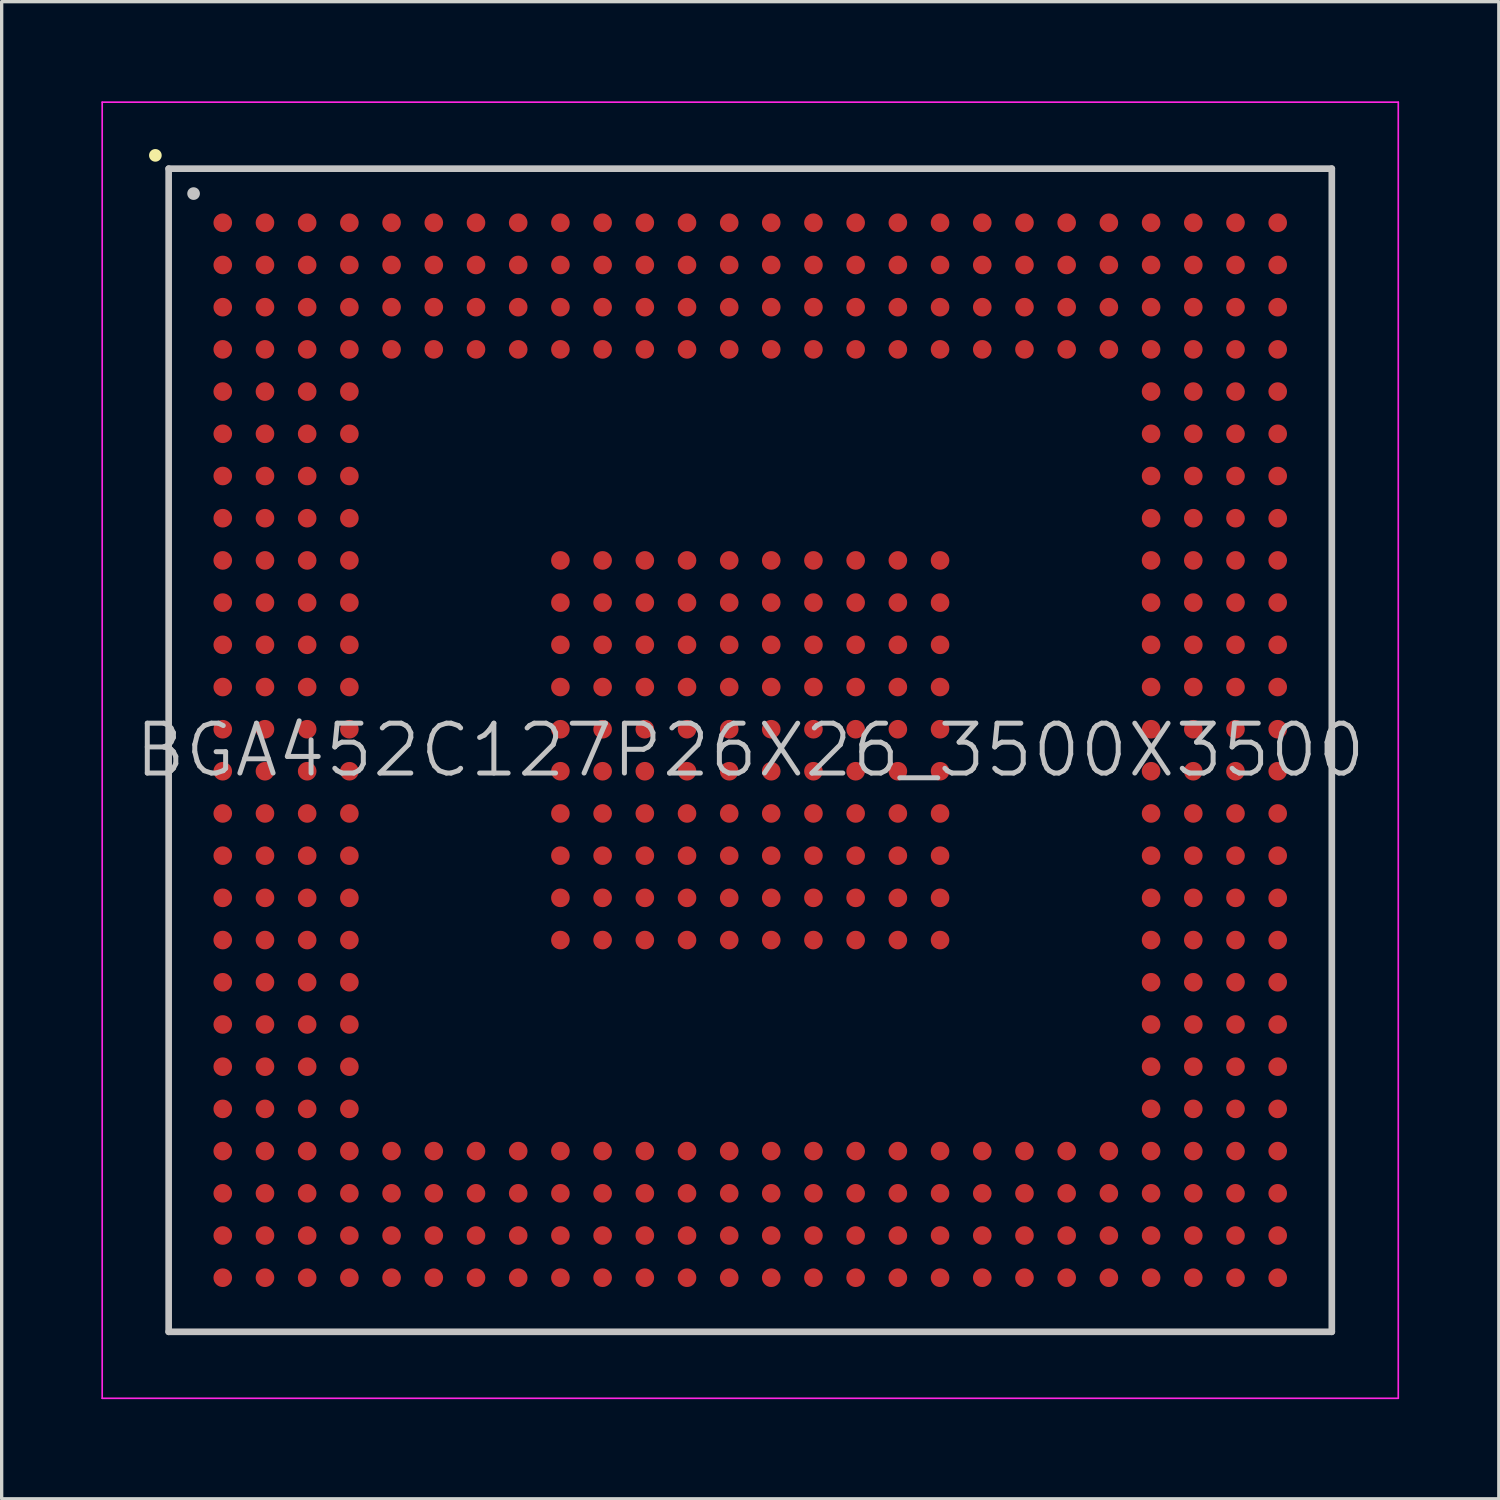
<source format=kicad_pcb>
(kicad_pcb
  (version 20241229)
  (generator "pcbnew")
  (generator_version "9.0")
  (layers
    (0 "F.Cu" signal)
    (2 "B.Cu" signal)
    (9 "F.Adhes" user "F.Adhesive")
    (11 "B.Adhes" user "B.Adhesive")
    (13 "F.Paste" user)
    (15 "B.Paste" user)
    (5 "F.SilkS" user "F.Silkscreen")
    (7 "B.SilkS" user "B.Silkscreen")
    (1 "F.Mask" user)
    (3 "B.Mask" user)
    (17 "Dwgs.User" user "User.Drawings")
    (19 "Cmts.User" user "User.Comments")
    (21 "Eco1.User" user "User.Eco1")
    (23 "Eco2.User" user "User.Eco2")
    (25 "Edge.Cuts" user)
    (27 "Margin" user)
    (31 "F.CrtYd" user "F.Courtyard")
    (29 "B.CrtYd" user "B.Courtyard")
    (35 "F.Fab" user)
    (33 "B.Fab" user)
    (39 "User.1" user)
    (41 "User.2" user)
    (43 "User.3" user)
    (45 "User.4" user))
  (footprint "BGA452C127P26X26_3500X3500"
    (layer "F.Cu")
    (at 19.525 19.525)
    (property "Reference" "BGA452C127P26X26_3500X3500" (at 0 0 0) (layer "Dwgs.User") (effects (font (size 1.5 1.5) (thickness 0.15))))
    (attr smd)
    (fp_line (start -17.9 -17.9) (end -17.9 -17.9) (stroke (width 0.381) (type solid)) (layer "F.SilkS"))
    (fp_line (start -17.5 -17.5) (end -17.5 17.5) (stroke (width 0.2) (type solid)) (layer "Dwgs.User"))
    (fp_line (start -17.5 -17.5) (end 17.5 -17.5) (stroke (width 0.2) (type solid)) (layer "Dwgs.User"))
    (fp_line (start -17.5 17.5) (end 17.5 17.5) (stroke (width 0.2) (type solid)) (layer "Dwgs.User"))
    (fp_line (start -16.75 -16.75) (end -16.75 -16.75) (stroke (width 0.381) (type solid)) (layer "Dwgs.User"))
    (fp_line (start 17.5 -17.5) (end 17.5 17.5) (stroke (width 0.2) (type solid)) (layer "Dwgs.User"))
    (fp_line (start -19.5 -19.5) (end -19.5 19.5) (stroke (width 0.05) (type solid)) (layer "F.CrtYd"))
    (fp_line (start -19.5 -19.5) (end 19.5 -19.5) (stroke (width 0.05) (type solid)) (layer "F.CrtYd"))
    (fp_line (start -19.5 19.5) (end 19.5 19.5) (stroke (width 0.05) (type solid)) (layer "F.CrtYd"))
    (fp_line (start 19.5 -19.5) (end 19.5 19.5) (stroke (width 0.05) (type solid)) (layer "F.CrtYd"))
    (pad "A1" smd circle (at -15.872 -15.872 270) (size 0.56 0.56) (layers "F.Cu" "F.Mask" "F.Paste"))
    (pad "A2" smd circle (at -14.602 -15.872 270) (size 0.56 0.56) (layers "F.Cu" "F.Mask" "F.Paste"))
    (pad "A3" smd circle (at -13.332 -15.872 270) (size 0.56 0.56) (layers "F.Cu" "F.Mask" "F.Paste"))
    (pad "A4" smd circle (at -12.062 -15.872 270) (size 0.56 0.56) (layers "F.Cu" "F.Mask" "F.Paste"))
    (pad "A5" smd circle (at -10.792 -15.872 270) (size 0.56 0.56) (layers "F.Cu" "F.Mask" "F.Paste"))
    (pad "A6" smd circle (at -9.522 -15.872 270) (size 0.56 0.56) (layers "F.Cu" "F.Mask" "F.Paste"))
    (pad "A7" smd circle (at -8.252 -15.872 270) (size 0.56 0.56) (layers "F.Cu" "F.Mask" "F.Paste"))
    (pad "A8" smd circle (at -6.982 -15.872 270) (size 0.56 0.56) (layers "F.Cu" "F.Mask" "F.Paste"))
    (pad "A9" smd circle (at -5.712 -15.872 270) (size 0.56 0.56) (layers "F.Cu" "F.Mask" "F.Paste"))
    (pad "A10" smd circle (at -4.442 -15.872 270) (size 0.56 0.56) (layers "F.Cu" "F.Mask" "F.Paste"))
    (pad "A11" smd circle (at -3.172 -15.872 270) (size 0.56 0.56) (layers "F.Cu" "F.Mask" "F.Paste"))
    (pad "A12" smd circle (at -1.902 -15.872 270) (size 0.56 0.56) (layers "F.Cu" "F.Mask" "F.Paste"))
    (pad "A13" smd circle (at -0.632 -15.872 270) (size 0.56 0.56) (layers "F.Cu" "F.Mask" "F.Paste"))
    (pad "A14" smd circle (at 0.632 -15.872 270) (size 0.56 0.56) (layers "F.Cu" "F.Mask" "F.Paste"))
    (pad "A15" smd circle (at 1.902 -15.872 270) (size 0.56 0.56) (layers "F.Cu" "F.Mask" "F.Paste"))
    (pad "A16" smd circle (at 3.172 -15.872 270) (size 0.56 0.56) (layers "F.Cu" "F.Mask" "F.Paste"))
    (pad "A17" smd circle (at 4.442 -15.872 270) (size 0.56 0.56) (layers "F.Cu" "F.Mask" "F.Paste"))
    (pad "A18" smd circle (at 5.712 -15.872 270) (size 0.56 0.56) (layers "F.Cu" "F.Mask" "F.Paste"))
    (pad "A19" smd circle (at 6.982 -15.872 270) (size 0.56 0.56) (layers "F.Cu" "F.Mask" "F.Paste"))
    (pad "A20" smd circle (at 8.252 -15.872 270) (size 0.56 0.56) (layers "F.Cu" "F.Mask" "F.Paste"))
    (pad "A21" smd circle (at 9.522 -15.872 270) (size 0.56 0.56) (layers "F.Cu" "F.Mask" "F.Paste"))
    (pad "A22" smd circle (at 10.792 -15.872 270) (size 0.56 0.56) (layers "F.Cu" "F.Mask" "F.Paste"))
    (pad "A23" smd circle (at 12.062 -15.872 270) (size 0.56 0.56) (layers "F.Cu" "F.Mask" "F.Paste"))
    (pad "A24" smd circle (at 13.332 -15.872 270) (size 0.56 0.56) (layers "F.Cu" "F.Mask" "F.Paste"))
    (pad "A25" smd circle (at 14.602 -15.872 270) (size 0.56 0.56) (layers "F.Cu" "F.Mask" "F.Paste"))
    (pad "A26" smd circle (at 15.872 -15.872 270) (size 0.56 0.56) (layers "F.Cu" "F.Mask" "F.Paste"))
    (pad "AA1" smd circle (at -15.872 9.522 270) (size 0.56 0.56) (layers "F.Cu" "F.Mask" "F.Paste"))
    (pad "AA2" smd circle (at -14.602 9.522 270) (size 0.56 0.56) (layers "F.Cu" "F.Mask" "F.Paste"))
    (pad "AA3" smd circle (at -13.332 9.522 270) (size 0.56 0.56) (layers "F.Cu" "F.Mask" "F.Paste"))
    (pad "AA4" smd circle (at -12.062 9.522 270) (size 0.56 0.56) (layers "F.Cu" "F.Mask" "F.Paste"))
    (pad "AA23" smd circle (at 12.062 9.522 270) (size 0.56 0.56) (layers "F.Cu" "F.Mask" "F.Paste"))
    (pad "AA24" smd circle (at 13.332 9.522 270) (size 0.56 0.56) (layers "F.Cu" "F.Mask" "F.Paste"))
    (pad "AA25" smd circle (at 14.602 9.522 270) (size 0.56 0.56) (layers "F.Cu" "F.Mask" "F.Paste"))
    (pad "AA26" smd circle (at 15.872 9.522 270) (size 0.56 0.56) (layers "F.Cu" "F.Mask" "F.Paste"))
    (pad "AB1" smd circle (at -15.872 10.792 270) (size 0.56 0.56) (layers "F.Cu" "F.Mask" "F.Paste"))
    (pad "AB2" smd circle (at -14.602 10.792 270) (size 0.56 0.56) (layers "F.Cu" "F.Mask" "F.Paste"))
    (pad "AB3" smd circle (at -13.332 10.792 270) (size 0.56 0.56) (layers "F.Cu" "F.Mask" "F.Paste"))
    (pad "AB4" smd circle (at -12.062 10.792 270) (size 0.56 0.56) (layers "F.Cu" "F.Mask" "F.Paste"))
    (pad "AB23" smd circle (at 12.062 10.792 270) (size 0.56 0.56) (layers "F.Cu" "F.Mask" "F.Paste"))
    (pad "AB24" smd circle (at 13.332 10.792 270) (size 0.56 0.56) (layers "F.Cu" "F.Mask" "F.Paste"))
    (pad "AB25" smd circle (at 14.602 10.792 270) (size 0.56 0.56) (layers "F.Cu" "F.Mask" "F.Paste"))
    (pad "AB26" smd circle (at 15.872 10.792 270) (size 0.56 0.56) (layers "F.Cu" "F.Mask" "F.Paste"))
    (pad "AC1" smd circle (at -15.872 12.062 270) (size 0.56 0.56) (layers "F.Cu" "F.Mask" "F.Paste"))
    (pad "AC2" smd circle (at -14.602 12.062 270) (size 0.56 0.56) (layers "F.Cu" "F.Mask" "F.Paste"))
    (pad "AC3" smd circle (at -13.332 12.062 270) (size 0.56 0.56) (layers "F.Cu" "F.Mask" "F.Paste"))
    (pad "AC4" smd circle (at -12.062 12.062 270) (size 0.56 0.56) (layers "F.Cu" "F.Mask" "F.Paste"))
    (pad "AC5" smd circle (at -10.792 12.062 270) (size 0.56 0.56) (layers "F.Cu" "F.Mask" "F.Paste"))
    (pad "AC6" smd circle (at -9.522 12.062 270) (size 0.56 0.56) (layers "F.Cu" "F.Mask" "F.Paste"))
    (pad "AC7" smd circle (at -8.252 12.062 270) (size 0.56 0.56) (layers "F.Cu" "F.Mask" "F.Paste"))
    (pad "AC8" smd circle (at -6.982 12.062 270) (size 0.56 0.56) (layers "F.Cu" "F.Mask" "F.Paste"))
    (pad "AC9" smd circle (at -5.712 12.062 270) (size 0.56 0.56) (layers "F.Cu" "F.Mask" "F.Paste"))
    (pad "AC10" smd circle (at -4.442 12.062 270) (size 0.56 0.56) (layers "F.Cu" "F.Mask" "F.Paste"))
    (pad "AC11" smd circle (at -3.172 12.062 270) (size 0.56 0.56) (layers "F.Cu" "F.Mask" "F.Paste"))
    (pad "AC12" smd circle (at -1.902 12.062 270) (size 0.56 0.56) (layers "F.Cu" "F.Mask" "F.Paste"))
    (pad "AC13" smd circle (at -0.632 12.062 270) (size 0.56 0.56) (layers "F.Cu" "F.Mask" "F.Paste"))
    (pad "AC14" smd circle (at 0.632 12.062 270) (size 0.56 0.56) (layers "F.Cu" "F.Mask" "F.Paste"))
    (pad "AC15" smd circle (at 1.902 12.062 270) (size 0.56 0.56) (layers "F.Cu" "F.Mask" "F.Paste"))
    (pad "AC16" smd circle (at 3.172 12.062 270) (size 0.56 0.56) (layers "F.Cu" "F.Mask" "F.Paste"))
    (pad "AC17" smd circle (at 4.442 12.062 270) (size 0.56 0.56) (layers "F.Cu" "F.Mask" "F.Paste"))
    (pad "AC18" smd circle (at 5.712 12.062 270) (size 0.56 0.56) (layers "F.Cu" "F.Mask" "F.Paste"))
    (pad "AC19" smd circle (at 6.982 12.062 270) (size 0.56 0.56) (layers "F.Cu" "F.Mask" "F.Paste"))
    (pad "AC20" smd circle (at 8.252 12.062 270) (size 0.56 0.56) (layers "F.Cu" "F.Mask" "F.Paste"))
    (pad "AC21" smd circle (at 9.522 12.062 270) (size 0.56 0.56) (layers "F.Cu" "F.Mask" "F.Paste"))
    (pad "AC22" smd circle (at 10.792 12.062 270) (size 0.56 0.56) (layers "F.Cu" "F.Mask" "F.Paste"))
    (pad "AC23" smd circle (at 12.062 12.062 270) (size 0.56 0.56) (layers "F.Cu" "F.Mask" "F.Paste"))
    (pad "AC24" smd circle (at 13.332 12.062 270) (size 0.56 0.56) (layers "F.Cu" "F.Mask" "F.Paste"))
    (pad "AC25" smd circle (at 14.602 12.062 270) (size 0.56 0.56) (layers "F.Cu" "F.Mask" "F.Paste"))
    (pad "AC26" smd circle (at 15.872 12.062 270) (size 0.56 0.56) (layers "F.Cu" "F.Mask" "F.Paste"))
    (pad "AD1" smd circle (at -15.872 13.332 270) (size 0.56 0.56) (layers "F.Cu" "F.Mask" "F.Paste"))
    (pad "AD2" smd circle (at -14.602 13.332 270) (size 0.56 0.56) (layers "F.Cu" "F.Mask" "F.Paste"))
    (pad "AD3" smd circle (at -13.332 13.332 270) (size 0.56 0.56) (layers "F.Cu" "F.Mask" "F.Paste"))
    (pad "AD4" smd circle (at -12.062 13.332 270) (size 0.56 0.56) (layers "F.Cu" "F.Mask" "F.Paste"))
    (pad "AD5" smd circle (at -10.792 13.332 270) (size 0.56 0.56) (layers "F.Cu" "F.Mask" "F.Paste"))
    (pad "AD6" smd circle (at -9.522 13.332 270) (size 0.56 0.56) (layers "F.Cu" "F.Mask" "F.Paste"))
    (pad "AD7" smd circle (at -8.252 13.332 270) (size 0.56 0.56) (layers "F.Cu" "F.Mask" "F.Paste"))
    (pad "AD8" smd circle (at -6.982 13.332 270) (size 0.56 0.56) (layers "F.Cu" "F.Mask" "F.Paste"))
    (pad "AD9" smd circle (at -5.712 13.332 270) (size 0.56 0.56) (layers "F.Cu" "F.Mask" "F.Paste"))
    (pad "AD10" smd circle (at -4.442 13.332 270) (size 0.56 0.56) (layers "F.Cu" "F.Mask" "F.Paste"))
    (pad "AD11" smd circle (at -3.172 13.332 270) (size 0.56 0.56) (layers "F.Cu" "F.Mask" "F.Paste"))
    (pad "AD12" smd circle (at -1.902 13.332 270) (size 0.56 0.56) (layers "F.Cu" "F.Mask" "F.Paste"))
    (pad "AD13" smd circle (at -0.632 13.332 270) (size 0.56 0.56) (layers "F.Cu" "F.Mask" "F.Paste"))
    (pad "AD14" smd circle (at 0.632 13.332 270) (size 0.56 0.56) (layers "F.Cu" "F.Mask" "F.Paste"))
    (pad "AD15" smd circle (at 1.902 13.332 270) (size 0.56 0.56) (layers "F.Cu" "F.Mask" "F.Paste"))
    (pad "AD16" smd circle (at 3.172 13.332 270) (size 0.56 0.56) (layers "F.Cu" "F.Mask" "F.Paste"))
    (pad "AD17" smd circle (at 4.442 13.332 270) (size 0.56 0.56) (layers "F.Cu" "F.Mask" "F.Paste"))
    (pad "AD18" smd circle (at 5.712 13.332 270) (size 0.56 0.56) (layers "F.Cu" "F.Mask" "F.Paste"))
    (pad "AD19" smd circle (at 6.982 13.332 270) (size 0.56 0.56) (layers "F.Cu" "F.Mask" "F.Paste"))
    (pad "AD20" smd circle (at 8.252 13.332 270) (size 0.56 0.56) (layers "F.Cu" "F.Mask" "F.Paste"))
    (pad "AD21" smd circle (at 9.522 13.332 270) (size 0.56 0.56) (layers "F.Cu" "F.Mask" "F.Paste"))
    (pad "AD22" smd circle (at 10.792 13.332 270) (size 0.56 0.56) (layers "F.Cu" "F.Mask" "F.Paste"))
    (pad "AD23" smd circle (at 12.062 13.332 270) (size 0.56 0.56) (layers "F.Cu" "F.Mask" "F.Paste"))
    (pad "AD24" smd circle (at 13.332 13.332 270) (size 0.56 0.56) (layers "F.Cu" "F.Mask" "F.Paste"))
    (pad "AD25" smd circle (at 14.602 13.332 270) (size 0.56 0.56) (layers "F.Cu" "F.Mask" "F.Paste"))
    (pad "AD26" smd circle (at 15.872 13.332 270) (size 0.56 0.56) (layers "F.Cu" "F.Mask" "F.Paste"))
    (pad "AE1" smd circle (at -15.872 14.602 270) (size 0.56 0.56) (layers "F.Cu" "F.Mask" "F.Paste"))
    (pad "AE2" smd circle (at -14.602 14.602 270) (size 0.56 0.56) (layers "F.Cu" "F.Mask" "F.Paste"))
    (pad "AE3" smd circle (at -13.332 14.602 270) (size 0.56 0.56) (layers "F.Cu" "F.Mask" "F.Paste"))
    (pad "AE4" smd circle (at -12.062 14.602 270) (size 0.56 0.56) (layers "F.Cu" "F.Mask" "F.Paste"))
    (pad "AE5" smd circle (at -10.792 14.602 270) (size 0.56 0.56) (layers "F.Cu" "F.Mask" "F.Paste"))
    (pad "AE6" smd circle (at -9.522 14.602 270) (size 0.56 0.56) (layers "F.Cu" "F.Mask" "F.Paste"))
    (pad "AE7" smd circle (at -8.252 14.602 270) (size 0.56 0.56) (layers "F.Cu" "F.Mask" "F.Paste"))
    (pad "AE8" smd circle (at -6.982 14.602 270) (size 0.56 0.56) (layers "F.Cu" "F.Mask" "F.Paste"))
    (pad "AE9" smd circle (at -5.712 14.602 270) (size 0.56 0.56) (layers "F.Cu" "F.Mask" "F.Paste"))
    (pad "AE10" smd circle (at -4.442 14.602 270) (size 0.56 0.56) (layers "F.Cu" "F.Mask" "F.Paste"))
    (pad "AE11" smd circle (at -3.172 14.602 270) (size 0.56 0.56) (layers "F.Cu" "F.Mask" "F.Paste"))
    (pad "AE12" smd circle (at -1.902 14.602 270) (size 0.56 0.56) (layers "F.Cu" "F.Mask" "F.Paste"))
    (pad "AE13" smd circle (at -0.632 14.602 270) (size 0.56 0.56) (layers "F.Cu" "F.Mask" "F.Paste"))
    (pad "AE14" smd circle (at 0.632 14.602 270) (size 0.56 0.56) (layers "F.Cu" "F.Mask" "F.Paste"))
    (pad "AE15" smd circle (at 1.902 14.602 270) (size 0.56 0.56) (layers "F.Cu" "F.Mask" "F.Paste"))
    (pad "AE16" smd circle (at 3.172 14.602 270) (size 0.56 0.56) (layers "F.Cu" "F.Mask" "F.Paste"))
    (pad "AE17" smd circle (at 4.442 14.602 270) (size 0.56 0.56) (layers "F.Cu" "F.Mask" "F.Paste"))
    (pad "AE18" smd circle (at 5.712 14.602 270) (size 0.56 0.56) (layers "F.Cu" "F.Mask" "F.Paste"))
    (pad "AE19" smd circle (at 6.982 14.602 270) (size 0.56 0.56) (layers "F.Cu" "F.Mask" "F.Paste"))
    (pad "AE20" smd circle (at 8.252 14.602 270) (size 0.56 0.56) (layers "F.Cu" "F.Mask" "F.Paste"))
    (pad "AE21" smd circle (at 9.522 14.602 270) (size 0.56 0.56) (layers "F.Cu" "F.Mask" "F.Paste"))
    (pad "AE22" smd circle (at 10.792 14.602 270) (size 0.56 0.56) (layers "F.Cu" "F.Mask" "F.Paste"))
    (pad "AE23" smd circle (at 12.062 14.602 270) (size 0.56 0.56) (layers "F.Cu" "F.Mask" "F.Paste"))
    (pad "AE24" smd circle (at 13.332 14.602 270) (size 0.56 0.56) (layers "F.Cu" "F.Mask" "F.Paste"))
    (pad "AE25" smd circle (at 14.602 14.602 270) (size 0.56 0.56) (layers "F.Cu" "F.Mask" "F.Paste"))
    (pad "AE26" smd circle (at 15.872 14.602 270) (size 0.56 0.56) (layers "F.Cu" "F.Mask" "F.Paste"))
    (pad "AF1" smd circle (at -15.872 15.872 270) (size 0.56 0.56) (layers "F.Cu" "F.Mask" "F.Paste"))
    (pad "AF2" smd circle (at -14.602 15.872 270) (size 0.56 0.56) (layers "F.Cu" "F.Mask" "F.Paste"))
    (pad "AF3" smd circle (at -13.332 15.872 270) (size 0.56 0.56) (layers "F.Cu" "F.Mask" "F.Paste"))
    (pad "AF4" smd circle (at -12.062 15.872 270) (size 0.56 0.56) (layers "F.Cu" "F.Mask" "F.Paste"))
    (pad "AF5" smd circle (at -10.792 15.872 270) (size 0.56 0.56) (layers "F.Cu" "F.Mask" "F.Paste"))
    (pad "AF6" smd circle (at -9.522 15.872 270) (size 0.56 0.56) (layers "F.Cu" "F.Mask" "F.Paste"))
    (pad "AF7" smd circle (at -8.252 15.872 270) (size 0.56 0.56) (layers "F.Cu" "F.Mask" "F.Paste"))
    (pad "AF8" smd circle (at -6.982 15.872 270) (size 0.56 0.56) (layers "F.Cu" "F.Mask" "F.Paste"))
    (pad "AF9" smd circle (at -5.712 15.872 270) (size 0.56 0.56) (layers "F.Cu" "F.Mask" "F.Paste"))
    (pad "AF10" smd circle (at -4.442 15.872 270) (size 0.56 0.56) (layers "F.Cu" "F.Mask" "F.Paste"))
    (pad "AF11" smd circle (at -3.172 15.872 270) (size 0.56 0.56) (layers "F.Cu" "F.Mask" "F.Paste"))
    (pad "AF12" smd circle (at -1.902 15.872 270) (size 0.56 0.56) (layers "F.Cu" "F.Mask" "F.Paste"))
    (pad "AF13" smd circle (at -0.632 15.872 270) (size 0.56 0.56) (layers "F.Cu" "F.Mask" "F.Paste"))
    (pad "AF14" smd circle (at 0.632 15.872 270) (size 0.56 0.56) (layers "F.Cu" "F.Mask" "F.Paste"))
    (pad "AF15" smd circle (at 1.902 15.872 270) (size 0.56 0.56) (layers "F.Cu" "F.Mask" "F.Paste"))
    (pad "AF16" smd circle (at 3.172 15.872 270) (size 0.56 0.56) (layers "F.Cu" "F.Mask" "F.Paste"))
    (pad "AF17" smd circle (at 4.442 15.872 270) (size 0.56 0.56) (layers "F.Cu" "F.Mask" "F.Paste"))
    (pad "AF18" smd circle (at 5.712 15.872 270) (size 0.56 0.56) (layers "F.Cu" "F.Mask" "F.Paste"))
    (pad "AF19" smd circle (at 6.982 15.872 270) (size 0.56 0.56) (layers "F.Cu" "F.Mask" "F.Paste"))
    (pad "AF20" smd circle (at 8.252 15.872 270) (size 0.56 0.56) (layers "F.Cu" "F.Mask" "F.Paste"))
    (pad "AF21" smd circle (at 9.522 15.872 270) (size 0.56 0.56) (layers "F.Cu" "F.Mask" "F.Paste"))
    (pad "AF22" smd circle (at 10.792 15.872 270) (size 0.56 0.56) (layers "F.Cu" "F.Mask" "F.Paste"))
    (pad "AF23" smd circle (at 12.062 15.872 270) (size 0.56 0.56) (layers "F.Cu" "F.Mask" "F.Paste"))
    (pad "AF24" smd circle (at 13.332 15.872 270) (size 0.56 0.56) (layers "F.Cu" "F.Mask" "F.Paste"))
    (pad "AF25" smd circle (at 14.602 15.872 270) (size 0.56 0.56) (layers "F.Cu" "F.Mask" "F.Paste"))
    (pad "AF26" smd circle (at 15.872 15.872 270) (size 0.56 0.56) (layers "F.Cu" "F.Mask" "F.Paste"))
    (pad "B1" smd circle (at -15.872 -14.602 270) (size 0.56 0.56) (layers "F.Cu" "F.Mask" "F.Paste"))
    (pad "B2" smd circle (at -14.602 -14.602 270) (size 0.56 0.56) (layers "F.Cu" "F.Mask" "F.Paste"))
    (pad "B3" smd circle (at -13.332 -14.602 270) (size 0.56 0.56) (layers "F.Cu" "F.Mask" "F.Paste"))
    (pad "B4" smd circle (at -12.062 -14.602 270) (size 0.56 0.56) (layers "F.Cu" "F.Mask" "F.Paste"))
    (pad "B5" smd circle (at -10.792 -14.602 270) (size 0.56 0.56) (layers "F.Cu" "F.Mask" "F.Paste"))
    (pad "B6" smd circle (at -9.522 -14.602 270) (size 0.56 0.56) (layers "F.Cu" "F.Mask" "F.Paste"))
    (pad "B7" smd circle (at -8.252 -14.602 270) (size 0.56 0.56) (layers "F.Cu" "F.Mask" "F.Paste"))
    (pad "B8" smd circle (at -6.982 -14.602 270) (size 0.56 0.56) (layers "F.Cu" "F.Mask" "F.Paste"))
    (pad "B9" smd circle (at -5.712 -14.602 270) (size 0.56 0.56) (layers "F.Cu" "F.Mask" "F.Paste"))
    (pad "B10" smd circle (at -4.442 -14.602 270) (size 0.56 0.56) (layers "F.Cu" "F.Mask" "F.Paste"))
    (pad "B11" smd circle (at -3.172 -14.602 270) (size 0.56 0.56) (layers "F.Cu" "F.Mask" "F.Paste"))
    (pad "B12" smd circle (at -1.902 -14.602 270) (size 0.56 0.56) (layers "F.Cu" "F.Mask" "F.Paste"))
    (pad "B13" smd circle (at -0.632 -14.602 270) (size 0.56 0.56) (layers "F.Cu" "F.Mask" "F.Paste"))
    (pad "B14" smd circle (at 0.632 -14.602 270) (size 0.56 0.56) (layers "F.Cu" "F.Mask" "F.Paste"))
    (pad "B15" smd circle (at 1.902 -14.602 270) (size 0.56 0.56) (layers "F.Cu" "F.Mask" "F.Paste"))
    (pad "B16" smd circle (at 3.172 -14.602 270) (size 0.56 0.56) (layers "F.Cu" "F.Mask" "F.Paste"))
    (pad "B17" smd circle (at 4.442 -14.602 270) (size 0.56 0.56) (layers "F.Cu" "F.Mask" "F.Paste"))
    (pad "B18" smd circle (at 5.712 -14.602 270) (size 0.56 0.56) (layers "F.Cu" "F.Mask" "F.Paste"))
    (pad "B19" smd circle (at 6.982 -14.602 270) (size 0.56 0.56) (layers "F.Cu" "F.Mask" "F.Paste"))
    (pad "B20" smd circle (at 8.252 -14.602 270) (size 0.56 0.56) (layers "F.Cu" "F.Mask" "F.Paste"))
    (pad "B21" smd circle (at 9.522 -14.602 270) (size 0.56 0.56) (layers "F.Cu" "F.Mask" "F.Paste"))
    (pad "B22" smd circle (at 10.792 -14.602 270) (size 0.56 0.56) (layers "F.Cu" "F.Mask" "F.Paste"))
    (pad "B23" smd circle (at 12.062 -14.602 270) (size 0.56 0.56) (layers "F.Cu" "F.Mask" "F.Paste"))
    (pad "B24" smd circle (at 13.332 -14.602 270) (size 0.56 0.56) (layers "F.Cu" "F.Mask" "F.Paste"))
    (pad "B25" smd circle (at 14.602 -14.602 270) (size 0.56 0.56) (layers "F.Cu" "F.Mask" "F.Paste"))
    (pad "B26" smd circle (at 15.872 -14.602 270) (size 0.56 0.56) (layers "F.Cu" "F.Mask" "F.Paste"))
    (pad "C1" smd circle (at -15.872 -13.332 270) (size 0.56 0.56) (layers "F.Cu" "F.Mask" "F.Paste"))
    (pad "C2" smd circle (at -14.602 -13.332 270) (size 0.56 0.56) (layers "F.Cu" "F.Mask" "F.Paste"))
    (pad "C3" smd circle (at -13.332 -13.332 270) (size 0.56 0.56) (layers "F.Cu" "F.Mask" "F.Paste"))
    (pad "C4" smd circle (at -12.062 -13.332 270) (size 0.56 0.56) (layers "F.Cu" "F.Mask" "F.Paste"))
    (pad "C5" smd circle (at -10.792 -13.332 270) (size 0.56 0.56) (layers "F.Cu" "F.Mask" "F.Paste"))
    (pad "C6" smd circle (at -9.522 -13.332 270) (size 0.56 0.56) (layers "F.Cu" "F.Mask" "F.Paste"))
    (pad "C7" smd circle (at -8.252 -13.332 270) (size 0.56 0.56) (layers "F.Cu" "F.Mask" "F.Paste"))
    (pad "C8" smd circle (at -6.982 -13.332 270) (size 0.56 0.56) (layers "F.Cu" "F.Mask" "F.Paste"))
    (pad "C9" smd circle (at -5.712 -13.332 270) (size 0.56 0.56) (layers "F.Cu" "F.Mask" "F.Paste"))
    (pad "C10" smd circle (at -4.442 -13.332 270) (size 0.56 0.56) (layers "F.Cu" "F.Mask" "F.Paste"))
    (pad "C11" smd circle (at -3.172 -13.332 270) (size 0.56 0.56) (layers "F.Cu" "F.Mask" "F.Paste"))
    (pad "C12" smd circle (at -1.902 -13.332 270) (size 0.56 0.56) (layers "F.Cu" "F.Mask" "F.Paste"))
    (pad "C13" smd circle (at -0.632 -13.332 270) (size 0.56 0.56) (layers "F.Cu" "F.Mask" "F.Paste"))
    (pad "C14" smd circle (at 0.632 -13.332 270) (size 0.56 0.56) (layers "F.Cu" "F.Mask" "F.Paste"))
    (pad "C15" smd circle (at 1.902 -13.332 270) (size 0.56 0.56) (layers "F.Cu" "F.Mask" "F.Paste"))
    (pad "C16" smd circle (at 3.172 -13.332 270) (size 0.56 0.56) (layers "F.Cu" "F.Mask" "F.Paste"))
    (pad "C17" smd circle (at 4.442 -13.332 270) (size 0.56 0.56) (layers "F.Cu" "F.Mask" "F.Paste"))
    (pad "C18" smd circle (at 5.712 -13.332 270) (size 0.56 0.56) (layers "F.Cu" "F.Mask" "F.Paste"))
    (pad "C19" smd circle (at 6.982 -13.332 270) (size 0.56 0.56) (layers "F.Cu" "F.Mask" "F.Paste"))
    (pad "C20" smd circle (at 8.252 -13.332 270) (size 0.56 0.56) (layers "F.Cu" "F.Mask" "F.Paste"))
    (pad "C21" smd circle (at 9.522 -13.332 270) (size 0.56 0.56) (layers "F.Cu" "F.Mask" "F.Paste"))
    (pad "C22" smd circle (at 10.792 -13.332 270) (size 0.56 0.56) (layers "F.Cu" "F.Mask" "F.Paste"))
    (pad "C23" smd circle (at 12.062 -13.332 270) (size 0.56 0.56) (layers "F.Cu" "F.Mask" "F.Paste"))
    (pad "C24" smd circle (at 13.332 -13.332 270) (size 0.56 0.56) (layers "F.Cu" "F.Mask" "F.Paste"))
    (pad "C25" smd circle (at 14.602 -13.332 270) (size 0.56 0.56) (layers "F.Cu" "F.Mask" "F.Paste"))
    (pad "C26" smd circle (at 15.872 -13.332 270) (size 0.56 0.56) (layers "F.Cu" "F.Mask" "F.Paste"))
    (pad "D1" smd circle (at -15.872 -12.062 270) (size 0.56 0.56) (layers "F.Cu" "F.Mask" "F.Paste"))
    (pad "D2" smd circle (at -14.602 -12.062 270) (size 0.56 0.56) (layers "F.Cu" "F.Mask" "F.Paste"))
    (pad "D3" smd circle (at -13.332 -12.062 270) (size 0.56 0.56) (layers "F.Cu" "F.Mask" "F.Paste"))
    (pad "D4" smd circle (at -12.062 -12.062 270) (size 0.56 0.56) (layers "F.Cu" "F.Mask" "F.Paste"))
    (pad "D5" smd circle (at -10.792 -12.062 270) (size 0.56 0.56) (layers "F.Cu" "F.Mask" "F.Paste"))
    (pad "D6" smd circle (at -9.522 -12.062 270) (size 0.56 0.56) (layers "F.Cu" "F.Mask" "F.Paste"))
    (pad "D7" smd circle (at -8.252 -12.062 270) (size 0.56 0.56) (layers "F.Cu" "F.Mask" "F.Paste"))
    (pad "D8" smd circle (at -6.982 -12.062 270) (size 0.56 0.56) (layers "F.Cu" "F.Mask" "F.Paste"))
    (pad "D9" smd circle (at -5.712 -12.062 270) (size 0.56 0.56) (layers "F.Cu" "F.Mask" "F.Paste"))
    (pad "D10" smd circle (at -4.442 -12.062 270) (size 0.56 0.56) (layers "F.Cu" "F.Mask" "F.Paste"))
    (pad "D11" smd circle (at -3.172 -12.062 270) (size 0.56 0.56) (layers "F.Cu" "F.Mask" "F.Paste"))
    (pad "D12" smd circle (at -1.902 -12.062 270) (size 0.56 0.56) (layers "F.Cu" "F.Mask" "F.Paste"))
    (pad "D13" smd circle (at -0.632 -12.062 270) (size 0.56 0.56) (layers "F.Cu" "F.Mask" "F.Paste"))
    (pad "D14" smd circle (at 0.632 -12.062 270) (size 0.56 0.56) (layers "F.Cu" "F.Mask" "F.Paste"))
    (pad "D15" smd circle (at 1.902 -12.062 270) (size 0.56 0.56) (layers "F.Cu" "F.Mask" "F.Paste"))
    (pad "D16" smd circle (at 3.172 -12.062 270) (size 0.56 0.56) (layers "F.Cu" "F.Mask" "F.Paste"))
    (pad "D17" smd circle (at 4.442 -12.062 270) (size 0.56 0.56) (layers "F.Cu" "F.Mask" "F.Paste"))
    (pad "D18" smd circle (at 5.712 -12.062 270) (size 0.56 0.56) (layers "F.Cu" "F.Mask" "F.Paste"))
    (pad "D19" smd circle (at 6.982 -12.062 270) (size 0.56 0.56) (layers "F.Cu" "F.Mask" "F.Paste"))
    (pad "D20" smd circle (at 8.252 -12.062 270) (size 0.56 0.56) (layers "F.Cu" "F.Mask" "F.Paste"))
    (pad "D21" smd circle (at 9.522 -12.062 270) (size 0.56 0.56) (layers "F.Cu" "F.Mask" "F.Paste"))
    (pad "D22" smd circle (at 10.792 -12.062 270) (size 0.56 0.56) (layers "F.Cu" "F.Mask" "F.Paste"))
    (pad "D23" smd circle (at 12.062 -12.062 270) (size 0.56 0.56) (layers "F.Cu" "F.Mask" "F.Paste"))
    (pad "D24" smd circle (at 13.332 -12.062 270) (size 0.56 0.56) (layers "F.Cu" "F.Mask" "F.Paste"))
    (pad "D25" smd circle (at 14.602 -12.062 270) (size 0.56 0.56) (layers "F.Cu" "F.Mask" "F.Paste"))
    (pad "D26" smd circle (at 15.872 -12.062 270) (size 0.56 0.56) (layers "F.Cu" "F.Mask" "F.Paste"))
    (pad "E1" smd circle (at -15.872 -10.792 270) (size 0.56 0.56) (layers "F.Cu" "F.Mask" "F.Paste"))
    (pad "E2" smd circle (at -14.602 -10.792 270) (size 0.56 0.56) (layers "F.Cu" "F.Mask" "F.Paste"))
    (pad "E3" smd circle (at -13.332 -10.792 270) (size 0.56 0.56) (layers "F.Cu" "F.Mask" "F.Paste"))
    (pad "E4" smd circle (at -12.062 -10.792 270) (size 0.56 0.56) (layers "F.Cu" "F.Mask" "F.Paste"))
    (pad "E23" smd circle (at 12.062 -10.792 270) (size 0.56 0.56) (layers "F.Cu" "F.Mask" "F.Paste"))
    (pad "E24" smd circle (at 13.332 -10.792 270) (size 0.56 0.56) (layers "F.Cu" "F.Mask" "F.Paste"))
    (pad "E25" smd circle (at 14.602 -10.792 270) (size 0.56 0.56) (layers "F.Cu" "F.Mask" "F.Paste"))
    (pad "E26" smd circle (at 15.872 -10.792 270) (size 0.56 0.56) (layers "F.Cu" "F.Mask" "F.Paste"))
    (pad "F1" smd circle (at -15.872 -9.522 270) (size 0.56 0.56) (layers "F.Cu" "F.Mask" "F.Paste"))
    (pad "F2" smd circle (at -14.602 -9.522 270) (size 0.56 0.56) (layers "F.Cu" "F.Mask" "F.Paste"))
    (pad "F3" smd circle (at -13.332 -9.522 270) (size 0.56 0.56) (layers "F.Cu" "F.Mask" "F.Paste"))
    (pad "F4" smd circle (at -12.062 -9.522 270) (size 0.56 0.56) (layers "F.Cu" "F.Mask" "F.Paste"))
    (pad "F23" smd circle (at 12.062 -9.522 270) (size 0.56 0.56) (layers "F.Cu" "F.Mask" "F.Paste"))
    (pad "F24" smd circle (at 13.332 -9.522 270) (size 0.56 0.56) (layers "F.Cu" "F.Mask" "F.Paste"))
    (pad "F25" smd circle (at 14.602 -9.522 270) (size 0.56 0.56) (layers "F.Cu" "F.Mask" "F.Paste"))
    (pad "F26" smd circle (at 15.872 -9.522 270) (size 0.56 0.56) (layers "F.Cu" "F.Mask" "F.Paste"))
    (pad "G1" smd circle (at -15.872 -8.252 270) (size 0.56 0.56) (layers "F.Cu" "F.Mask" "F.Paste"))
    (pad "G2" smd circle (at -14.602 -8.252 270) (size 0.56 0.56) (layers "F.Cu" "F.Mask" "F.Paste"))
    (pad "G3" smd circle (at -13.332 -8.252 270) (size 0.56 0.56) (layers "F.Cu" "F.Mask" "F.Paste"))
    (pad "G4" smd circle (at -12.062 -8.252 270) (size 0.56 0.56) (layers "F.Cu" "F.Mask" "F.Paste"))
    (pad "G23" smd circle (at 12.062 -8.252 270) (size 0.56 0.56) (layers "F.Cu" "F.Mask" "F.Paste"))
    (pad "G24" smd circle (at 13.332 -8.252 270) (size 0.56 0.56) (layers "F.Cu" "F.Mask" "F.Paste"))
    (pad "G25" smd circle (at 14.602 -8.252 270) (size 0.56 0.56) (layers "F.Cu" "F.Mask" "F.Paste"))
    (pad "G26" smd circle (at 15.872 -8.252 270) (size 0.56 0.56) (layers "F.Cu" "F.Mask" "F.Paste"))
    (pad "H1" smd circle (at -15.872 -6.982 270) (size 0.56 0.56) (layers "F.Cu" "F.Mask" "F.Paste"))
    (pad "H2" smd circle (at -14.602 -6.982 270) (size 0.56 0.56) (layers "F.Cu" "F.Mask" "F.Paste"))
    (pad "H3" smd circle (at -13.332 -6.982 270) (size 0.56 0.56) (layers "F.Cu" "F.Mask" "F.Paste"))
    (pad "H4" smd circle (at -12.062 -6.982 270) (size 0.56 0.56) (layers "F.Cu" "F.Mask" "F.Paste"))
    (pad "H23" smd circle (at 12.062 -6.982 270) (size 0.56 0.56) (layers "F.Cu" "F.Mask" "F.Paste"))
    (pad "H24" smd circle (at 13.332 -6.982 270) (size 0.56 0.56) (layers "F.Cu" "F.Mask" "F.Paste"))
    (pad "H25" smd circle (at 14.602 -6.982 270) (size 0.56 0.56) (layers "F.Cu" "F.Mask" "F.Paste"))
    (pad "H26" smd circle (at 15.872 -6.982 270) (size 0.56 0.56) (layers "F.Cu" "F.Mask" "F.Paste"))
    (pad "J1" smd circle (at -15.872 -5.712 270) (size 0.56 0.56) (layers "F.Cu" "F.Mask" "F.Paste"))
    (pad "J2" smd circle (at -14.602 -5.712 270) (size 0.56 0.56) (layers "F.Cu" "F.Mask" "F.Paste"))
    (pad "J3" smd circle (at -13.332 -5.712 270) (size 0.56 0.56) (layers "F.Cu" "F.Mask" "F.Paste"))
    (pad "J4" smd circle (at -12.062 -5.712 270) (size 0.56 0.56) (layers "F.Cu" "F.Mask" "F.Paste"))
    (pad "J9" smd circle (at -5.712 -5.712 270) (size 0.56 0.56) (layers "F.Cu" "F.Mask" "F.Paste"))
    (pad "J10" smd circle (at -4.442 -5.712 270) (size 0.56 0.56) (layers "F.Cu" "F.Mask" "F.Paste"))
    (pad "J11" smd circle (at -3.172 -5.712 270) (size 0.56 0.56) (layers "F.Cu" "F.Mask" "F.Paste"))
    (pad "J12" smd circle (at -1.902 -5.712 270) (size 0.56 0.56) (layers "F.Cu" "F.Mask" "F.Paste"))
    (pad "J13" smd circle (at -0.632 -5.712 270) (size 0.56 0.56) (layers "F.Cu" "F.Mask" "F.Paste"))
    (pad "J14" smd circle (at 0.632 -5.712 270) (size 0.56 0.56) (layers "F.Cu" "F.Mask" "F.Paste"))
    (pad "J15" smd circle (at 1.902 -5.712 270) (size 0.56 0.56) (layers "F.Cu" "F.Mask" "F.Paste"))
    (pad "J16" smd circle (at 3.172 -5.712 270) (size 0.56 0.56) (layers "F.Cu" "F.Mask" "F.Paste"))
    (pad "J17" smd circle (at 4.442 -5.712 270) (size 0.56 0.56) (layers "F.Cu" "F.Mask" "F.Paste"))
    (pad "J18" smd circle (at 5.712 -5.712 270) (size 0.56 0.56) (layers "F.Cu" "F.Mask" "F.Paste"))
    (pad "J23" smd circle (at 12.062 -5.712 270) (size 0.56 0.56) (layers "F.Cu" "F.Mask" "F.Paste"))
    (pad "J24" smd circle (at 13.332 -5.712 270) (size 0.56 0.56) (layers "F.Cu" "F.Mask" "F.Paste"))
    (pad "J25" smd circle (at 14.602 -5.712 270) (size 0.56 0.56) (layers "F.Cu" "F.Mask" "F.Paste"))
    (pad "J26" smd circle (at 15.872 -5.712 270) (size 0.56 0.56) (layers "F.Cu" "F.Mask" "F.Paste"))
    (pad "K1" smd circle (at -15.872 -4.442 270) (size 0.56 0.56) (layers "F.Cu" "F.Mask" "F.Paste"))
    (pad "K2" smd circle (at -14.602 -4.442 270) (size 0.56 0.56) (layers "F.Cu" "F.Mask" "F.Paste"))
    (pad "K3" smd circle (at -13.332 -4.442 270) (size 0.56 0.56) (layers "F.Cu" "F.Mask" "F.Paste"))
    (pad "K4" smd circle (at -12.062 -4.442 270) (size 0.56 0.56) (layers "F.Cu" "F.Mask" "F.Paste"))
    (pad "K9" smd circle (at -5.712 -4.442 270) (size 0.56 0.56) (layers "F.Cu" "F.Mask" "F.Paste"))
    (pad "K10" smd circle (at -4.442 -4.442 270) (size 0.56 0.56) (layers "F.Cu" "F.Mask" "F.Paste"))
    (pad "K11" smd circle (at -3.172 -4.442 270) (size 0.56 0.56) (layers "F.Cu" "F.Mask" "F.Paste"))
    (pad "K12" smd circle (at -1.902 -4.442 270) (size 0.56 0.56) (layers "F.Cu" "F.Mask" "F.Paste"))
    (pad "K13" smd circle (at -0.632 -4.442 270) (size 0.56 0.56) (layers "F.Cu" "F.Mask" "F.Paste"))
    (pad "K14" smd circle (at 0.632 -4.442 270) (size 0.56 0.56) (layers "F.Cu" "F.Mask" "F.Paste"))
    (pad "K15" smd circle (at 1.902 -4.442 270) (size 0.56 0.56) (layers "F.Cu" "F.Mask" "F.Paste"))
    (pad "K16" smd circle (at 3.172 -4.442 270) (size 0.56 0.56) (layers "F.Cu" "F.Mask" "F.Paste"))
    (pad "K17" smd circle (at 4.442 -4.442 270) (size 0.56 0.56) (layers "F.Cu" "F.Mask" "F.Paste"))
    (pad "K18" smd circle (at 5.712 -4.442 270) (size 0.56 0.56) (layers "F.Cu" "F.Mask" "F.Paste"))
    (pad "K23" smd circle (at 12.062 -4.442 270) (size 0.56 0.56) (layers "F.Cu" "F.Mask" "F.Paste"))
    (pad "K24" smd circle (at 13.332 -4.442 270) (size 0.56 0.56) (layers "F.Cu" "F.Mask" "F.Paste"))
    (pad "K25" smd circle (at 14.602 -4.442 270) (size 0.56 0.56) (layers "F.Cu" "F.Mask" "F.Paste"))
    (pad "K26" smd circle (at 15.872 -4.442 270) (size 0.56 0.56) (layers "F.Cu" "F.Mask" "F.Paste"))
    (pad "L1" smd circle (at -15.872 -3.172 270) (size 0.56 0.56) (layers "F.Cu" "F.Mask" "F.Paste"))
    (pad "L2" smd circle (at -14.602 -3.172 270) (size 0.56 0.56) (layers "F.Cu" "F.Mask" "F.Paste"))
    (pad "L3" smd circle (at -13.332 -3.172 270) (size 0.56 0.56) (layers "F.Cu" "F.Mask" "F.Paste"))
    (pad "L4" smd circle (at -12.062 -3.172 270) (size 0.56 0.56) (layers "F.Cu" "F.Mask" "F.Paste"))
    (pad "L9" smd circle (at -5.712 -3.172 270) (size 0.56 0.56) (layers "F.Cu" "F.Mask" "F.Paste"))
    (pad "L10" smd circle (at -4.442 -3.172 270) (size 0.56 0.56) (layers "F.Cu" "F.Mask" "F.Paste"))
    (pad "L11" smd circle (at -3.172 -3.172 270) (size 0.56 0.56) (layers "F.Cu" "F.Mask" "F.Paste"))
    (pad "L12" smd circle (at -1.902 -3.172 270) (size 0.56 0.56) (layers "F.Cu" "F.Mask" "F.Paste"))
    (pad "L13" smd circle (at -0.632 -3.172 270) (size 0.56 0.56) (layers "F.Cu" "F.Mask" "F.Paste"))
    (pad "L14" smd circle (at 0.632 -3.172 270) (size 0.56 0.56) (layers "F.Cu" "F.Mask" "F.Paste"))
    (pad "L15" smd circle (at 1.902 -3.172 270) (size 0.56 0.56) (layers "F.Cu" "F.Mask" "F.Paste"))
    (pad "L16" smd circle (at 3.172 -3.172 270) (size 0.56 0.56) (layers "F.Cu" "F.Mask" "F.Paste"))
    (pad "L17" smd circle (at 4.442 -3.172 270) (size 0.56 0.56) (layers "F.Cu" "F.Mask" "F.Paste"))
    (pad "L18" smd circle (at 5.712 -3.172 270) (size 0.56 0.56) (layers "F.Cu" "F.Mask" "F.Paste"))
    (pad "L23" smd circle (at 12.062 -3.172 270) (size 0.56 0.56) (layers "F.Cu" "F.Mask" "F.Paste"))
    (pad "L24" smd circle (at 13.332 -3.172 270) (size 0.56 0.56) (layers "F.Cu" "F.Mask" "F.Paste"))
    (pad "L25" smd circle (at 14.602 -3.172 270) (size 0.56 0.56) (layers "F.Cu" "F.Mask" "F.Paste"))
    (pad "L26" smd circle (at 15.872 -3.172 270) (size 0.56 0.56) (layers "F.Cu" "F.Mask" "F.Paste"))
    (pad "M1" smd circle (at -15.872 -1.902 270) (size 0.56 0.56) (layers "F.Cu" "F.Mask" "F.Paste"))
    (pad "M2" smd circle (at -14.602 -1.902 270) (size 0.56 0.56) (layers "F.Cu" "F.Mask" "F.Paste"))
    (pad "M3" smd circle (at -13.332 -1.902 270) (size 0.56 0.56) (layers "F.Cu" "F.Mask" "F.Paste"))
    (pad "M4" smd circle (at -12.062 -1.902 270) (size 0.56 0.56) (layers "F.Cu" "F.Mask" "F.Paste"))
    (pad "M9" smd circle (at -5.712 -1.902 270) (size 0.56 0.56) (layers "F.Cu" "F.Mask" "F.Paste"))
    (pad "M10" smd circle (at -4.442 -1.902 270) (size 0.56 0.56) (layers "F.Cu" "F.Mask" "F.Paste"))
    (pad "M11" smd circle (at -3.172 -1.902 270) (size 0.56 0.56) (layers "F.Cu" "F.Mask" "F.Paste"))
    (pad "M12" smd circle (at -1.902 -1.902 270) (size 0.56 0.56) (layers "F.Cu" "F.Mask" "F.Paste"))
    (pad "M13" smd circle (at -0.632 -1.902 270) (size 0.56 0.56) (layers "F.Cu" "F.Mask" "F.Paste"))
    (pad "M14" smd circle (at 0.632 -1.902 270) (size 0.56 0.56) (layers "F.Cu" "F.Mask" "F.Paste"))
    (pad "M15" smd circle (at 1.902 -1.902 270) (size 0.56 0.56) (layers "F.Cu" "F.Mask" "F.Paste"))
    (pad "M16" smd circle (at 3.172 -1.902 270) (size 0.56 0.56) (layers "F.Cu" "F.Mask" "F.Paste"))
    (pad "M17" smd circle (at 4.442 -1.902 270) (size 0.56 0.56) (layers "F.Cu" "F.Mask" "F.Paste"))
    (pad "M18" smd circle (at 5.712 -1.902 270) (size 0.56 0.56) (layers "F.Cu" "F.Mask" "F.Paste"))
    (pad "M23" smd circle (at 12.062 -1.902 270) (size 0.56 0.56) (layers "F.Cu" "F.Mask" "F.Paste"))
    (pad "M24" smd circle (at 13.332 -1.902 270) (size 0.56 0.56) (layers "F.Cu" "F.Mask" "F.Paste"))
    (pad "M25" smd circle (at 14.602 -1.902 270) (size 0.56 0.56) (layers "F.Cu" "F.Mask" "F.Paste"))
    (pad "M26" smd circle (at 15.872 -1.902 270) (size 0.56 0.56) (layers "F.Cu" "F.Mask" "F.Paste"))
    (pad "N1" smd circle (at -15.872 -0.632 270) (size 0.56 0.56) (layers "F.Cu" "F.Mask" "F.Paste"))
    (pad "N2" smd circle (at -14.602 -0.632 270) (size 0.56 0.56) (layers "F.Cu" "F.Mask" "F.Paste"))
    (pad "N3" smd circle (at -13.332 -0.632 270) (size 0.56 0.56) (layers "F.Cu" "F.Mask" "F.Paste"))
    (pad "N4" smd circle (at -12.062 -0.632 270) (size 0.56 0.56) (layers "F.Cu" "F.Mask" "F.Paste"))
    (pad "N9" smd circle (at -5.712 -0.632 270) (size 0.56 0.56) (layers "F.Cu" "F.Mask" "F.Paste"))
    (pad "N10" smd circle (at -4.442 -0.632 270) (size 0.56 0.56) (layers "F.Cu" "F.Mask" "F.Paste"))
    (pad "N11" smd circle (at -3.172 -0.632 270) (size 0.56 0.56) (layers "F.Cu" "F.Mask" "F.Paste"))
    (pad "N12" smd circle (at -1.902 -0.632 270) (size 0.56 0.56) (layers "F.Cu" "F.Mask" "F.Paste"))
    (pad "N13" smd circle (at -0.632 -0.632 270) (size 0.56 0.56) (layers "F.Cu" "F.Mask" "F.Paste"))
    (pad "N14" smd circle (at 0.632 -0.632 270) (size 0.56 0.56) (layers "F.Cu" "F.Mask" "F.Paste"))
    (pad "N15" smd circle (at 1.902 -0.632 270) (size 0.56 0.56) (layers "F.Cu" "F.Mask" "F.Paste"))
    (pad "N16" smd circle (at 3.172 -0.632 270) (size 0.56 0.56) (layers "F.Cu" "F.Mask" "F.Paste"))
    (pad "N17" smd circle (at 4.442 -0.632 270) (size 0.56 0.56) (layers "F.Cu" "F.Mask" "F.Paste"))
    (pad "N18" smd circle (at 5.712 -0.632 270) (size 0.56 0.56) (layers "F.Cu" "F.Mask" "F.Paste"))
    (pad "N23" smd circle (at 12.062 -0.632 270) (size 0.56 0.56) (layers "F.Cu" "F.Mask" "F.Paste"))
    (pad "N24" smd circle (at 13.332 -0.632 270) (size 0.56 0.56) (layers "F.Cu" "F.Mask" "F.Paste"))
    (pad "N25" smd circle (at 14.602 -0.632 270) (size 0.56 0.56) (layers "F.Cu" "F.Mask" "F.Paste"))
    (pad "N26" smd circle (at 15.872 -0.632 270) (size 0.56 0.56) (layers "F.Cu" "F.Mask" "F.Paste"))
    (pad "P1" smd circle (at -15.872 0.632 270) (size 0.56 0.56) (layers "F.Cu" "F.Mask" "F.Paste"))
    (pad "P2" smd circle (at -14.602 0.632 270) (size 0.56 0.56) (layers "F.Cu" "F.Mask" "F.Paste"))
    (pad "P3" smd circle (at -13.332 0.632 270) (size 0.56 0.56) (layers "F.Cu" "F.Mask" "F.Paste"))
    (pad "P4" smd circle (at -12.062 0.632 270) (size 0.56 0.56) (layers "F.Cu" "F.Mask" "F.Paste"))
    (pad "P9" smd circle (at -5.712 0.632 270) (size 0.56 0.56) (layers "F.Cu" "F.Mask" "F.Paste"))
    (pad "P10" smd circle (at -4.442 0.632 270) (size 0.56 0.56) (layers "F.Cu" "F.Mask" "F.Paste"))
    (pad "P11" smd circle (at -3.172 0.632 270) (size 0.56 0.56) (layers "F.Cu" "F.Mask" "F.Paste"))
    (pad "P12" smd circle (at -1.902 0.632 270) (size 0.56 0.56) (layers "F.Cu" "F.Mask" "F.Paste"))
    (pad "P13" smd circle (at -0.632 0.632 270) (size 0.56 0.56) (layers "F.Cu" "F.Mask" "F.Paste"))
    (pad "P14" smd circle (at 0.632 0.632 270) (size 0.56 0.56) (layers "F.Cu" "F.Mask" "F.Paste"))
    (pad "P15" smd circle (at 1.902 0.632 270) (size 0.56 0.56) (layers "F.Cu" "F.Mask" "F.Paste"))
    (pad "P16" smd circle (at 3.172 0.632 270) (size 0.56 0.56) (layers "F.Cu" "F.Mask" "F.Paste"))
    (pad "P17" smd circle (at 4.442 0.632 270) (size 0.56 0.56) (layers "F.Cu" "F.Mask" "F.Paste"))
    (pad "P18" smd circle (at 5.712 0.632 270) (size 0.56 0.56) (layers "F.Cu" "F.Mask" "F.Paste"))
    (pad "P23" smd circle (at 12.062 0.632 270) (size 0.56 0.56) (layers "F.Cu" "F.Mask" "F.Paste"))
    (pad "P24" smd circle (at 13.332 0.632 270) (size 0.56 0.56) (layers "F.Cu" "F.Mask" "F.Paste"))
    (pad "P25" smd circle (at 14.602 0.632 270) (size 0.56 0.56) (layers "F.Cu" "F.Mask" "F.Paste"))
    (pad "P26" smd circle (at 15.872 0.632 270) (size 0.56 0.56) (layers "F.Cu" "F.Mask" "F.Paste"))
    (pad "R1" smd circle (at -15.872 1.902 270) (size 0.56 0.56) (layers "F.Cu" "F.Mask" "F.Paste"))
    (pad "R2" smd circle (at -14.602 1.902 270) (size 0.56 0.56) (layers "F.Cu" "F.Mask" "F.Paste"))
    (pad "R3" smd circle (at -13.332 1.902 270) (size 0.56 0.56) (layers "F.Cu" "F.Mask" "F.Paste"))
    (pad "R4" smd circle (at -12.062 1.902 270) (size 0.56 0.56) (layers "F.Cu" "F.Mask" "F.Paste"))
    (pad "R9" smd circle (at -5.712 1.902 270) (size 0.56 0.56) (layers "F.Cu" "F.Mask" "F.Paste"))
    (pad "R10" smd circle (at -4.442 1.902 270) (size 0.56 0.56) (layers "F.Cu" "F.Mask" "F.Paste"))
    (pad "R11" smd circle (at -3.172 1.902 270) (size 0.56 0.56) (layers "F.Cu" "F.Mask" "F.Paste"))
    (pad "R12" smd circle (at -1.902 1.902 270) (size 0.56 0.56) (layers "F.Cu" "F.Mask" "F.Paste"))
    (pad "R13" smd circle (at -0.632 1.902 270) (size 0.56 0.56) (layers "F.Cu" "F.Mask" "F.Paste"))
    (pad "R14" smd circle (at 0.632 1.902 270) (size 0.56 0.56) (layers "F.Cu" "F.Mask" "F.Paste"))
    (pad "R15" smd circle (at 1.902 1.902 270) (size 0.56 0.56) (layers "F.Cu" "F.Mask" "F.Paste"))
    (pad "R16" smd circle (at 3.172 1.902 270) (size 0.56 0.56) (layers "F.Cu" "F.Mask" "F.Paste"))
    (pad "R17" smd circle (at 4.442 1.902 270) (size 0.56 0.56) (layers "F.Cu" "F.Mask" "F.Paste"))
    (pad "R18" smd circle (at 5.712 1.902 270) (size 0.56 0.56) (layers "F.Cu" "F.Mask" "F.Paste"))
    (pad "R23" smd circle (at 12.062 1.902 270) (size 0.56 0.56) (layers "F.Cu" "F.Mask" "F.Paste"))
    (pad "R24" smd circle (at 13.332 1.902 270) (size 0.56 0.56) (layers "F.Cu" "F.Mask" "F.Paste"))
    (pad "R25" smd circle (at 14.602 1.902 270) (size 0.56 0.56) (layers "F.Cu" "F.Mask" "F.Paste"))
    (pad "R26" smd circle (at 15.872 1.902 270) (size 0.56 0.56) (layers "F.Cu" "F.Mask" "F.Paste"))
    (pad "T1" smd circle (at -15.872 3.172 270) (size 0.56 0.56) (layers "F.Cu" "F.Mask" "F.Paste"))
    (pad "T2" smd circle (at -14.602 3.172 270) (size 0.56 0.56) (layers "F.Cu" "F.Mask" "F.Paste"))
    (pad "T3" smd circle (at -13.332 3.172 270) (size 0.56 0.56) (layers "F.Cu" "F.Mask" "F.Paste"))
    (pad "T4" smd circle (at -12.062 3.172 270) (size 0.56 0.56) (layers "F.Cu" "F.Mask" "F.Paste"))
    (pad "T9" smd circle (at -5.712 3.172 270) (size 0.56 0.56) (layers "F.Cu" "F.Mask" "F.Paste"))
    (pad "T10" smd circle (at -4.442 3.172 270) (size 0.56 0.56) (layers "F.Cu" "F.Mask" "F.Paste"))
    (pad "T11" smd circle (at -3.172 3.172 270) (size 0.56 0.56) (layers "F.Cu" "F.Mask" "F.Paste"))
    (pad "T12" smd circle (at -1.902 3.172 270) (size 0.56 0.56) (layers "F.Cu" "F.Mask" "F.Paste"))
    (pad "T13" smd circle (at -0.632 3.172 270) (size 0.56 0.56) (layers "F.Cu" "F.Mask" "F.Paste"))
    (pad "T14" smd circle (at 0.632 3.172 270) (size 0.56 0.56) (layers "F.Cu" "F.Mask" "F.Paste"))
    (pad "T15" smd circle (at 1.902 3.172 270) (size 0.56 0.56) (layers "F.Cu" "F.Mask" "F.Paste"))
    (pad "T16" smd circle (at 3.172 3.172 270) (size 0.56 0.56) (layers "F.Cu" "F.Mask" "F.Paste"))
    (pad "T17" smd circle (at 4.442 3.172 270) (size 0.56 0.56) (layers "F.Cu" "F.Mask" "F.Paste"))
    (pad "T18" smd circle (at 5.712 3.172 270) (size 0.56 0.56) (layers "F.Cu" "F.Mask" "F.Paste"))
    (pad "T23" smd circle (at 12.062 3.172 270) (size 0.56 0.56) (layers "F.Cu" "F.Mask" "F.Paste"))
    (pad "T24" smd circle (at 13.332 3.172 270) (size 0.56 0.56) (layers "F.Cu" "F.Mask" "F.Paste"))
    (pad "T25" smd circle (at 14.602 3.172 270) (size 0.56 0.56) (layers "F.Cu" "F.Mask" "F.Paste"))
    (pad "T26" smd circle (at 15.872 3.172 270) (size 0.56 0.56) (layers "F.Cu" "F.Mask" "F.Paste"))
    (pad "U1" smd circle (at -15.872 4.442 270) (size 0.56 0.56) (layers "F.Cu" "F.Mask" "F.Paste"))
    (pad "U2" smd circle (at -14.602 4.442 270) (size 0.56 0.56) (layers "F.Cu" "F.Mask" "F.Paste"))
    (pad "U3" smd circle (at -13.332 4.442 270) (size 0.56 0.56) (layers "F.Cu" "F.Mask" "F.Paste"))
    (pad "U4" smd circle (at -12.062 4.442 270) (size 0.56 0.56) (layers "F.Cu" "F.Mask" "F.Paste"))
    (pad "U9" smd circle (at -5.712 4.442 270) (size 0.56 0.56) (layers "F.Cu" "F.Mask" "F.Paste"))
    (pad "U10" smd circle (at -4.442 4.442 270) (size 0.56 0.56) (layers "F.Cu" "F.Mask" "F.Paste"))
    (pad "U11" smd circle (at -3.172 4.442 270) (size 0.56 0.56) (layers "F.Cu" "F.Mask" "F.Paste"))
    (pad "U12" smd circle (at -1.902 4.442 270) (size 0.56 0.56) (layers "F.Cu" "F.Mask" "F.Paste"))
    (pad "U13" smd circle (at -0.632 4.442 270) (size 0.56 0.56) (layers "F.Cu" "F.Mask" "F.Paste"))
    (pad "U14" smd circle (at 0.632 4.442 270) (size 0.56 0.56) (layers "F.Cu" "F.Mask" "F.Paste"))
    (pad "U15" smd circle (at 1.902 4.442 270) (size 0.56 0.56) (layers "F.Cu" "F.Mask" "F.Paste"))
    (pad "U16" smd circle (at 3.172 4.442 270) (size 0.56 0.56) (layers "F.Cu" "F.Mask" "F.Paste"))
    (pad "U17" smd circle (at 4.442 4.442 270) (size 0.56 0.56) (layers "F.Cu" "F.Mask" "F.Paste"))
    (pad "U18" smd circle (at 5.712 4.442 270) (size 0.56 0.56) (layers "F.Cu" "F.Mask" "F.Paste"))
    (pad "U23" smd circle (at 12.062 4.442 270) (size 0.56 0.56) (layers "F.Cu" "F.Mask" "F.Paste"))
    (pad "U24" smd circle (at 13.332 4.442 270) (size 0.56 0.56) (layers "F.Cu" "F.Mask" "F.Paste"))
    (pad "U25" smd circle (at 14.602 4.442 270) (size 0.56 0.56) (layers "F.Cu" "F.Mask" "F.Paste"))
    (pad "U26" smd circle (at 15.872 4.442 270) (size 0.56 0.56) (layers "F.Cu" "F.Mask" "F.Paste"))
    (pad "V1" smd circle (at -15.872 5.712 270) (size 0.56 0.56) (layers "F.Cu" "F.Mask" "F.Paste"))
    (pad "V2" smd circle (at -14.602 5.712 270) (size 0.56 0.56) (layers "F.Cu" "F.Mask" "F.Paste"))
    (pad "V3" smd circle (at -13.332 5.712 270) (size 0.56 0.56) (layers "F.Cu" "F.Mask" "F.Paste"))
    (pad "V4" smd circle (at -12.062 5.712 270) (size 0.56 0.56) (layers "F.Cu" "F.Mask" "F.Paste"))
    (pad "V9" smd circle (at -5.712 5.712 270) (size 0.56 0.56) (layers "F.Cu" "F.Mask" "F.Paste"))
    (pad "V10" smd circle (at -4.442 5.712 270) (size 0.56 0.56) (layers "F.Cu" "F.Mask" "F.Paste"))
    (pad "V11" smd circle (at -3.172 5.712 270) (size 0.56 0.56) (layers "F.Cu" "F.Mask" "F.Paste"))
    (pad "V12" smd circle (at -1.902 5.712 270) (size 0.56 0.56) (layers "F.Cu" "F.Mask" "F.Paste"))
    (pad "V13" smd circle (at -0.632 5.712 270) (size 0.56 0.56) (layers "F.Cu" "F.Mask" "F.Paste"))
    (pad "V14" smd circle (at 0.632 5.712 270) (size 0.56 0.56) (layers "F.Cu" "F.Mask" "F.Paste"))
    (pad "V15" smd circle (at 1.902 5.712 270) (size 0.56 0.56) (layers "F.Cu" "F.Mask" "F.Paste"))
    (pad "V16" smd circle (at 3.172 5.712 270) (size 0.56 0.56) (layers "F.Cu" "F.Mask" "F.Paste"))
    (pad "V17" smd circle (at 4.442 5.712 270) (size 0.56 0.56) (layers "F.Cu" "F.Mask" "F.Paste"))
    (pad "V18" smd circle (at 5.712 5.712 270) (size 0.56 0.56) (layers "F.Cu" "F.Mask" "F.Paste"))
    (pad "V23" smd circle (at 12.062 5.712 270) (size 0.56 0.56) (layers "F.Cu" "F.Mask" "F.Paste"))
    (pad "V24" smd circle (at 13.332 5.712 270) (size 0.56 0.56) (layers "F.Cu" "F.Mask" "F.Paste"))
    (pad "V25" smd circle (at 14.602 5.712 270) (size 0.56 0.56) (layers "F.Cu" "F.Mask" "F.Paste"))
    (pad "V26" smd circle (at 15.872 5.712 270) (size 0.56 0.56) (layers "F.Cu" "F.Mask" "F.Paste"))
    (pad "W1" smd circle (at -15.872 6.982 270) (size 0.56 0.56) (layers "F.Cu" "F.Mask" "F.Paste"))
    (pad "W2" smd circle (at -14.602 6.982 270) (size 0.56 0.56) (layers "F.Cu" "F.Mask" "F.Paste"))
    (pad "W3" smd circle (at -13.332 6.982 270) (size 0.56 0.56) (layers "F.Cu" "F.Mask" "F.Paste"))
    (pad "W4" smd circle (at -12.062 6.982 270) (size 0.56 0.56) (layers "F.Cu" "F.Mask" "F.Paste"))
    (pad "W23" smd circle (at 12.062 6.982 270) (size 0.56 0.56) (layers "F.Cu" "F.Mask" "F.Paste"))
    (pad "W24" smd circle (at 13.332 6.982 270) (size 0.56 0.56) (layers "F.Cu" "F.Mask" "F.Paste"))
    (pad "W25" smd circle (at 14.602 6.982 270) (size 0.56 0.56) (layers "F.Cu" "F.Mask" "F.Paste"))
    (pad "W26" smd circle (at 15.872 6.982 270) (size 0.56 0.56) (layers "F.Cu" "F.Mask" "F.Paste"))
    (pad "Y1" smd circle (at -15.872 8.252 270) (size 0.56 0.56) (layers "F.Cu" "F.Mask" "F.Paste"))
    (pad "Y2" smd circle (at -14.602 8.252 270) (size 0.56 0.56) (layers "F.Cu" "F.Mask" "F.Paste"))
    (pad "Y3" smd circle (at -13.332 8.252 270) (size 0.56 0.56) (layers "F.Cu" "F.Mask" "F.Paste"))
    (pad "Y4" smd circle (at -12.062 8.252 270) (size 0.56 0.56) (layers "F.Cu" "F.Mask" "F.Paste"))
    (pad "Y23" smd circle (at 12.062 8.252 270) (size 0.56 0.56) (layers "F.Cu" "F.Mask" "F.Paste"))
    (pad "Y24" smd circle (at 13.332 8.252 270) (size 0.56 0.56) (layers "F.Cu" "F.Mask" "F.Paste"))
    (pad "Y25" smd circle (at 14.602 8.252 270) (size 0.56 0.56) (layers "F.Cu" "F.Mask" "F.Paste"))
    (pad "Y26" smd circle (at 15.872 8.252 270) (size 0.56 0.56) (layers "F.Cu" "F.Mask" "F.Paste")))
  (gr_rect
    (start -3 -3)
    (end 42.05 42.05)
    (stroke (width 0.1) (type default))
    (fill no)
    (layer "Edge.Cuts")))
</source>
